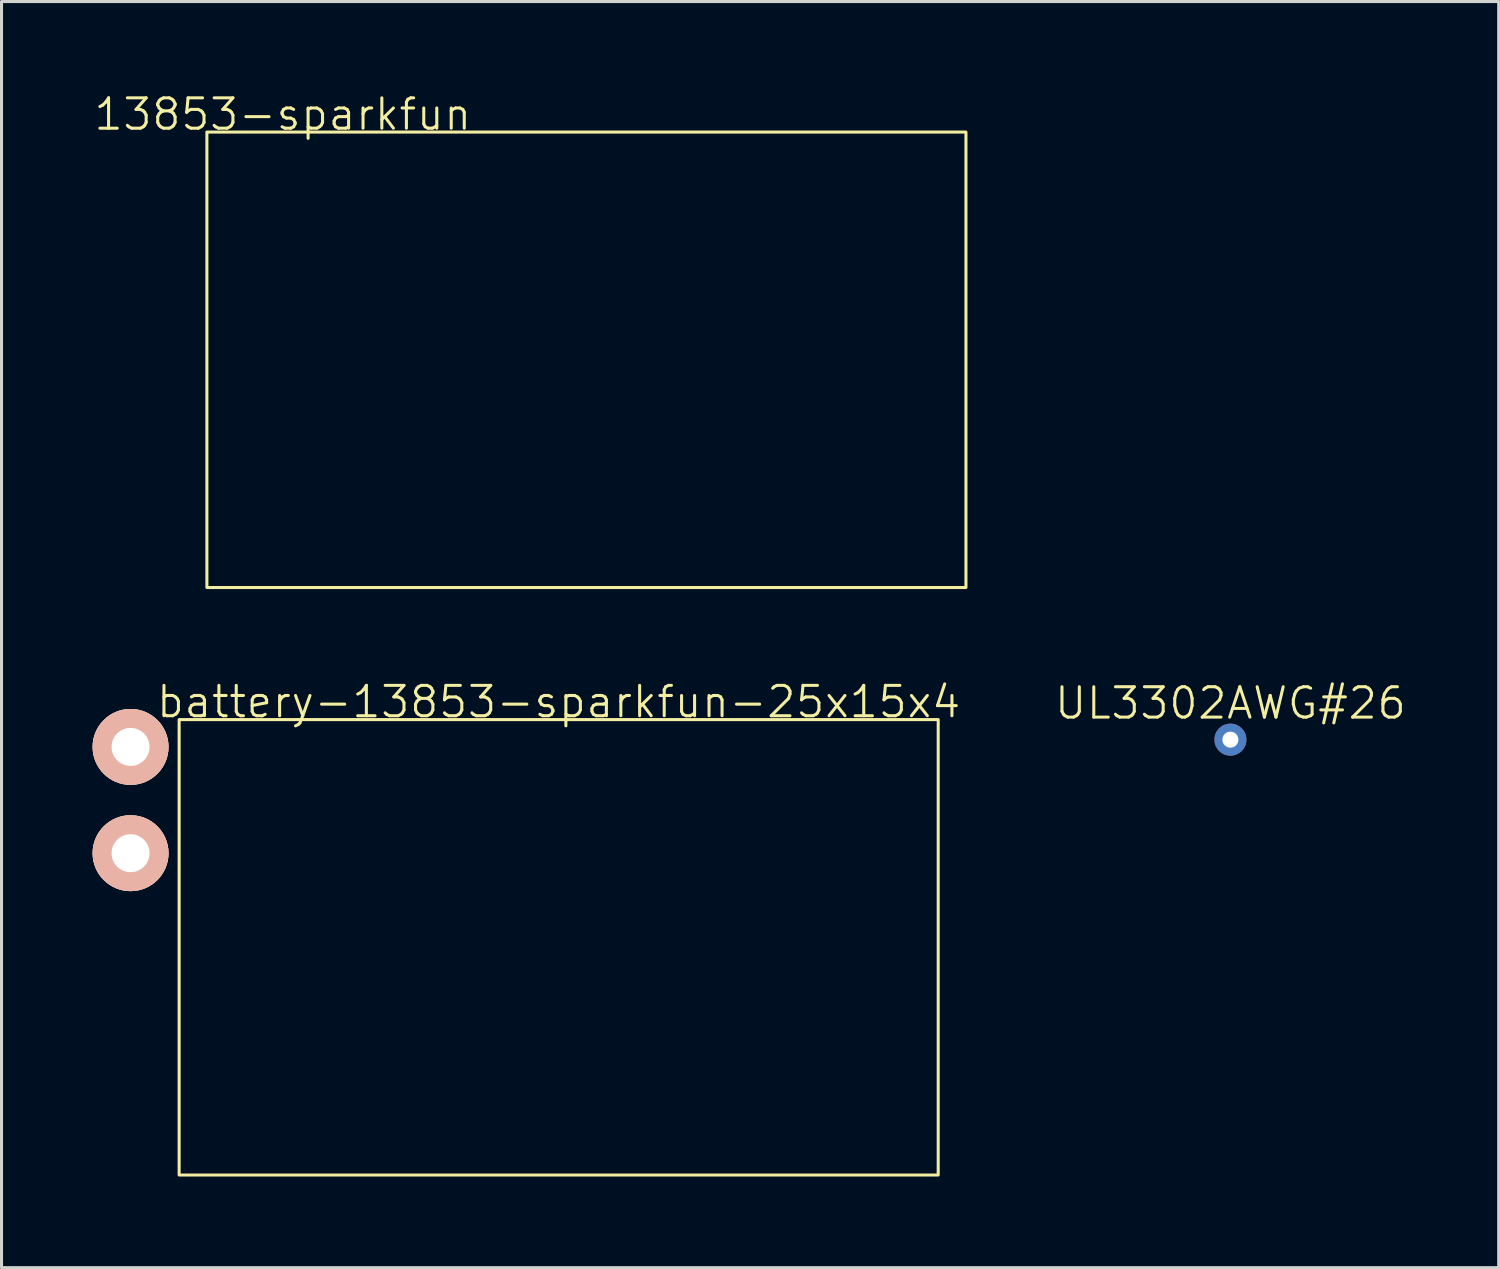
<source format=kicad_pcb>
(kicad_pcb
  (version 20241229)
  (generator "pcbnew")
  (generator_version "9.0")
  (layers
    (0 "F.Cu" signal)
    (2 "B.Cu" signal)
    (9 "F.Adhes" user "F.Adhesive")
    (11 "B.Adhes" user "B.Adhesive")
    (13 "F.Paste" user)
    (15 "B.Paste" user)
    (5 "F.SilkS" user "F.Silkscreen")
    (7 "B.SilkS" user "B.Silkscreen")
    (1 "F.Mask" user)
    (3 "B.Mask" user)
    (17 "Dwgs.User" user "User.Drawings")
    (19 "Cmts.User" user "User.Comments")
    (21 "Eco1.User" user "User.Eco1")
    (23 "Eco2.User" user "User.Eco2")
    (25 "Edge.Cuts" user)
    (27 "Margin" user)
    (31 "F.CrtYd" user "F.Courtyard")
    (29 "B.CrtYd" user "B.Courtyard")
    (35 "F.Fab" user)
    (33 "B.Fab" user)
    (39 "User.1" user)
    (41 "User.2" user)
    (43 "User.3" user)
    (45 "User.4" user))
  (footprint "UL3302AWG#26"
    (layer "F.Cu")
    (at 37.474 21.311)
    (property "Reference" "UL3302AWG#26" (at 0 -1.2 0) (unlocked yes) (layer "F.SilkS") (effects (font (size 1 1) (thickness 0.1))))
    (attr smd)
    (pad "1" thru_hole circle (at 0 0) (size 1.056 1.056) (drill 0.528) (layers "*.Cu" "F.Mask")))
  (footprint "13853-sparkfun"
    (layer "F.Cu")
    (at 16.264 8.8)
    (property "Reference" "13853-sparkfun" (at -10 -7.5 0) (unlocked yes) (layer "F.SilkS") (effects (font (size 1 1) (thickness 0.1)) (justify bottom)))
    (attr smd)
    (fp_rect (start -12.5 -7.5) (end 12.5 7.5) (stroke (width 0.1) (type default)) (fill no) (layer "F.SilkS")))
  (footprint "battery-13853-sparkfun-25x15x4"
    (layer "F.Cu")
    (at 15.35 28.15)
    (property "Reference" "battery-13853-sparkfun-25x15x4" (at 0 -7.5 0) (unlocked yes) (layer "F.SilkS") (effects (font (size 1 1) (thickness 0.1)) (justify bottom)))
    (attr smd)
    (fp_rect (start -12.5 -7.5) (end 12.5 7.5) (stroke (width 0.1) (type default)) (fill no) (layer "F.SilkS"))
    (pad "1" thru_hole circle (at -14.1 -3.1) (size 2.5 2.5) (drill 1.25) (layers "*.Cu" "*.SilkS" "*.Mask"))
    (pad "2" thru_hole circle (at -14.1 -6.6) (size 2.5 2.5) (drill 1.25) (layers "*.Cu" "*.SilkS" "*.Mask")))
  (gr_rect
    (start -3 -3)
    (end 46.31 38.7)
    (stroke (width 0.1) (type default))
    (fill no)
    (layer "Edge.Cuts")))
</source>
